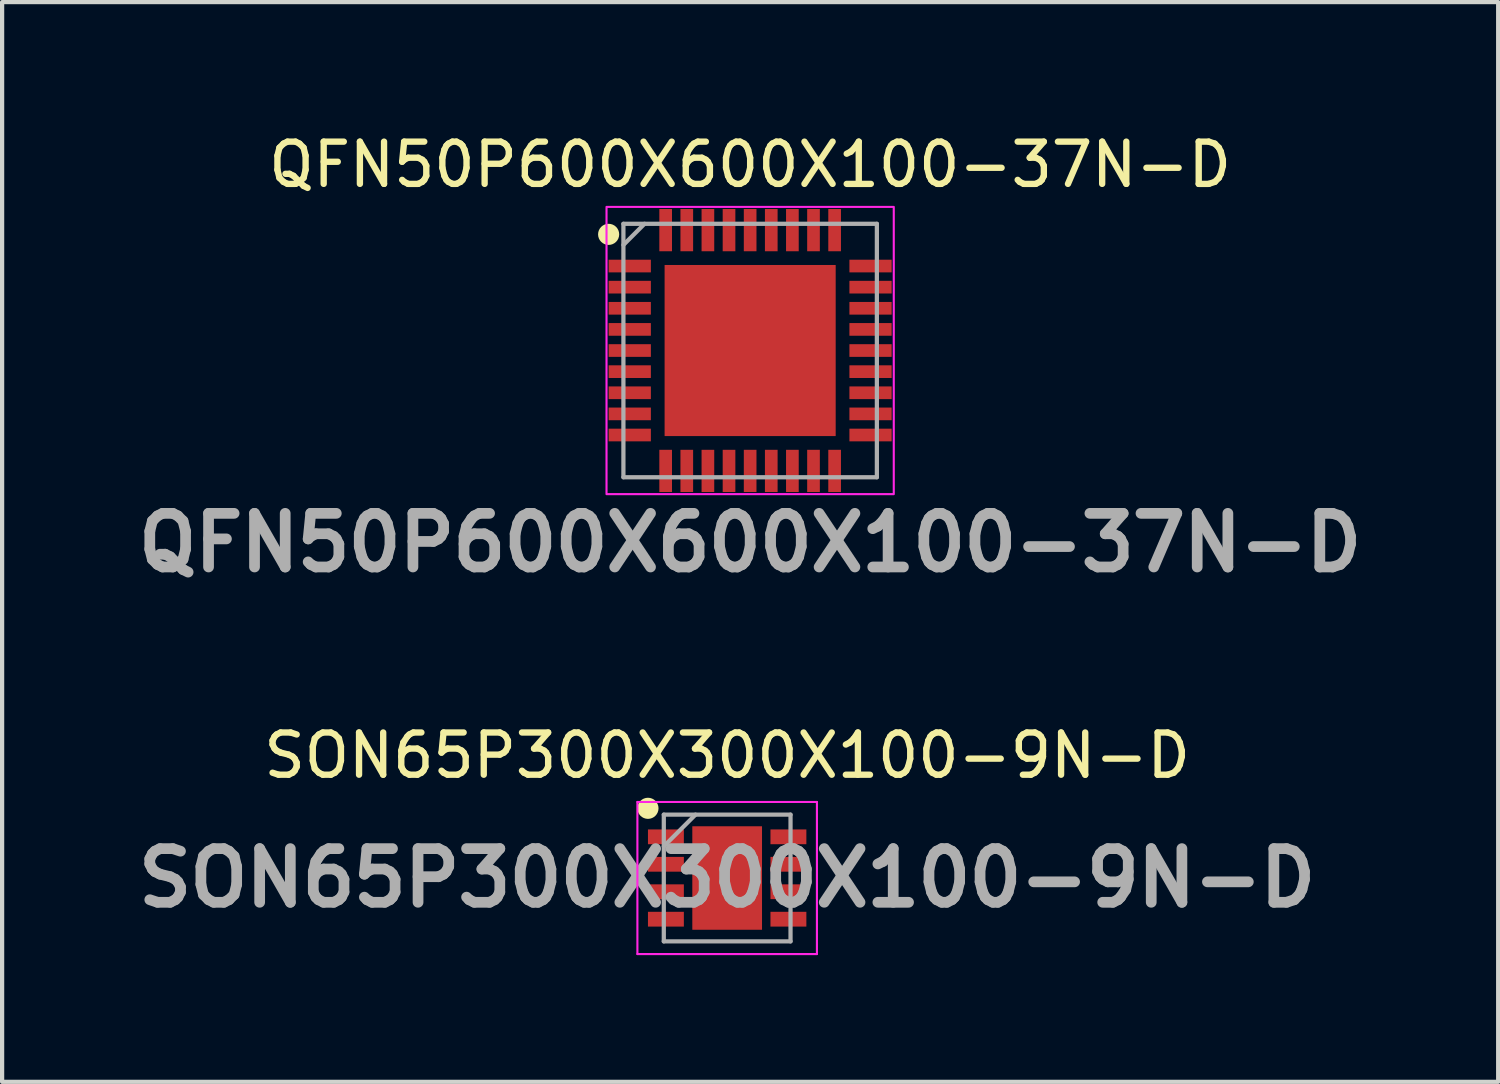
<source format=kicad_pcb>
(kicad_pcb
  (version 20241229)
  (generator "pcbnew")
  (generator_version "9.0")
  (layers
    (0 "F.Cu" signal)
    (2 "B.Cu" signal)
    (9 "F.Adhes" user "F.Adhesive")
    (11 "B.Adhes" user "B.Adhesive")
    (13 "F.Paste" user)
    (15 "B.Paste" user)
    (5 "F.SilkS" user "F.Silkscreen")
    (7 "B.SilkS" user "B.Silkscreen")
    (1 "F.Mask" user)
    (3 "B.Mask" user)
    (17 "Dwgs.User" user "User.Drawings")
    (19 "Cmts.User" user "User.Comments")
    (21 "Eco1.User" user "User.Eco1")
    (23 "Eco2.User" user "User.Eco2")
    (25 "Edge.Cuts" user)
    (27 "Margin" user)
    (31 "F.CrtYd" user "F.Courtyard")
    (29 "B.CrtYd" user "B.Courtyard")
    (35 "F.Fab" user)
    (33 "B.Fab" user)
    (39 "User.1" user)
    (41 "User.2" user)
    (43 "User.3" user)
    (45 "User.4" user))
  (footprint "SON65P300X300X100-9N-D"
    (layer "F.Cu")
    (at 14.164 17.735)
    (property "Reference" "SON65P300X300X100-9N-D" (at 0 -2.9 0) (layer "F.SilkS") (effects (font (size 1 1) (thickness 0.15))))
    (attr smd)
    (fp_circle (center -1.875 -1.65) (end -1.875 -1.525) (stroke (width 0.25) (type solid)) (fill no) (layer "F.SilkS"))
    (fp_line (start -2.125 -1.8) (end 2.125 -1.8) (stroke (width 0.05) (type solid)) (layer "F.CrtYd"))
    (fp_line (start -2.125 1.8) (end -2.125 -1.8) (stroke (width 0.05) (type solid)) (layer "F.CrtYd"))
    (fp_line (start 2.125 -1.8) (end 2.125 1.8) (stroke (width 0.05) (type solid)) (layer "F.CrtYd"))
    (fp_line (start 2.125 1.8) (end -2.125 1.8) (stroke (width 0.05) (type solid)) (layer "F.CrtYd"))
    (fp_line (start -1.5 -1.5) (end 1.5 -1.5) (stroke (width 0.1) (type solid)) (layer "F.Fab"))
    (fp_line (start -1.5 -0.75) (end -0.75 -1.5) (stroke (width 0.1) (type solid)) (layer "F.Fab"))
    (fp_line (start -1.5 1.5) (end -1.5 -1.5) (stroke (width 0.1) (type solid)) (layer "F.Fab"))
    (fp_line (start 1.5 -1.5) (end 1.5 1.5) (stroke (width 0.1) (type solid)) (layer "F.Fab"))
    (fp_line (start 1.5 1.5) (end -1.5 1.5) (stroke (width 0.1) (type solid)) (layer "F.Fab"))
    (fp_text user "${REFERENCE}" (at 0 0 0) (layer "F.Fab") (effects (font (size 1.27 1.27) (thickness 0.254))))
    (pad "1" smd rect (at -1.45 -0.975 90) (size 0.35 0.85) (layers "F.Cu" "F.Mask" "F.Paste"))
    (pad "2" smd rect (at -1.45 -0.325 90) (size 0.35 0.85) (layers "F.Cu" "F.Mask" "F.Paste"))
    (pad "3" smd rect (at -1.45 0.325 90) (size 0.35 0.85) (layers "F.Cu" "F.Mask" "F.Paste"))
    (pad "4" smd rect (at -1.45 0.975 90) (size 0.35 0.85) (layers "F.Cu" "F.Mask" "F.Paste"))
    (pad "5" smd rect (at 1.45 0.975 90) (size 0.35 0.85) (layers "F.Cu" "F.Mask" "F.Paste"))
    (pad "6" smd rect (at 1.45 0.325 90) (size 0.35 0.85) (layers "F.Cu" "F.Mask" "F.Paste"))
    (pad "7" smd rect (at 1.45 -0.325 90) (size 0.35 0.85) (layers "F.Cu" "F.Mask" "F.Paste"))
    (pad "8" smd rect (at 1.45 -0.975 90) (size 0.35 0.85) (layers "F.Cu" "F.Mask" "F.Paste"))
    (pad "9" smd rect (at 0 0) (size 1.65 2.45) (layers "F.Cu" "F.Mask" "F.Paste")))
  (footprint "QFN50P600X600X100-37N-D"
    (layer "F.Cu")
    (at 14.708 5.248)
    (property "Reference" "QFN50P600X600X100-37N-D" (at 0 -4.4 0) (layer "F.SilkS") (effects (font (size 1 1) (thickness 0.15))))
    (attr smd)
    (fp_circle (center -3.35 -2.75) (end -3.35 -2.625) (stroke (width 0.25) (type solid)) (fill no) (layer "F.SilkS"))
    (fp_rect (start -3.4 -3.4) (end 3.4 3.4) (stroke (width 0.05) (type solid)) (fill no) (layer "F.CrtYd"))
    (fp_line (start -3 -3) (end 3 -3) (stroke (width 0.1) (type solid)) (layer "F.Fab"))
    (fp_line (start -3 -2.5) (end -2.5 -3) (stroke (width 0.1) (type solid)) (layer "F.Fab"))
    (fp_line (start -3 3) (end -3 -3) (stroke (width 0.1) (type solid)) (layer "F.Fab"))
    (fp_line (start 3 -3) (end 3 3) (stroke (width 0.1) (type solid)) (layer "F.Fab"))
    (fp_line (start 3 3) (end -3 3) (stroke (width 0.1) (type solid)) (layer "F.Fab"))
    (fp_text user "${REFERENCE}" (at 0 4.55 0) (layer "F.Fab") (effects (font (size 1.27 1.27) (thickness 0.254))))
    (pad "1" smd rect (at -2.85 -2 90) (size 0.3 1) (layers "F.Cu" "F.Mask" "F.Paste"))
    (pad "2" smd rect (at -2.85 -1.5 90) (size 0.3 1) (layers "F.Cu" "F.Mask" "F.Paste"))
    (pad "3" smd rect (at -2.85 -1 90) (size 0.3 1) (layers "F.Cu" "F.Mask" "F.Paste"))
    (pad "4" smd rect (at -2.85 -0.5 90) (size 0.3 1) (layers "F.Cu" "F.Mask" "F.Paste"))
    (pad "5" smd rect (at -2.85 0 90) (size 0.3 1) (layers "F.Cu" "F.Mask" "F.Paste"))
    (pad "6" smd rect (at -2.85 0.5 90) (size 0.3 1) (layers "F.Cu" "F.Mask" "F.Paste"))
    (pad "7" smd rect (at -2.85 1 90) (size 0.3 1) (layers "F.Cu" "F.Mask" "F.Paste"))
    (pad "8" smd rect (at -2.85 1.5 90) (size 0.3 1) (layers "F.Cu" "F.Mask" "F.Paste"))
    (pad "9" smd rect (at -2.85 2 90) (size 0.3 1) (layers "F.Cu" "F.Mask" "F.Paste"))
    (pad "10" smd rect (at -2 2.85) (size 0.3 1) (layers "F.Cu" "F.Mask" "F.Paste"))
    (pad "11" smd rect (at -1.5 2.85) (size 0.3 1) (layers "F.Cu" "F.Mask" "F.Paste"))
    (pad "12" smd rect (at -1 2.85) (size 0.3 1) (layers "F.Cu" "F.Mask" "F.Paste"))
    (pad "13" smd rect (at -0.5 2.85) (size 0.3 1) (layers "F.Cu" "F.Mask" "F.Paste"))
    (pad "14" smd rect (at 0 2.85) (size 0.3 1) (layers "F.Cu" "F.Mask" "F.Paste"))
    (pad "15" smd rect (at 0.5 2.85) (size 0.3 1) (layers "F.Cu" "F.Mask" "F.Paste"))
    (pad "16" smd rect (at 1 2.85) (size 0.3 1) (layers "F.Cu" "F.Mask" "F.Paste"))
    (pad "17" smd rect (at 1.5 2.85) (size 0.3 1) (layers "F.Cu" "F.Mask" "F.Paste"))
    (pad "18" smd rect (at 2 2.85) (size 0.3 1) (layers "F.Cu" "F.Mask" "F.Paste"))
    (pad "19" smd rect (at 2.85 2 90) (size 0.3 1) (layers "F.Cu" "F.Mask" "F.Paste"))
    (pad "20" smd rect (at 2.85 1.5 90) (size 0.3 1) (layers "F.Cu" "F.Mask" "F.Paste"))
    (pad "21" smd rect (at 2.85 1 90) (size 0.3 1) (layers "F.Cu" "F.Mask" "F.Paste"))
    (pad "22" smd rect (at 2.85 0.5 90) (size 0.3 1) (layers "F.Cu" "F.Mask" "F.Paste"))
    (pad "23" smd rect (at 2.85 0 90) (size 0.3 1) (layers "F.Cu" "F.Mask" "F.Paste"))
    (pad "24" smd rect (at 2.85 -0.5 90) (size 0.3 1) (layers "F.Cu" "F.Mask" "F.Paste"))
    (pad "25" smd rect (at 2.85 -1 90) (size 0.3 1) (layers "F.Cu" "F.Mask" "F.Paste"))
    (pad "26" smd rect (at 2.85 -1.5 90) (size 0.3 1) (layers "F.Cu" "F.Mask" "F.Paste"))
    (pad "27" smd rect (at 2.85 -2 90) (size 0.3 1) (layers "F.Cu" "F.Mask" "F.Paste"))
    (pad "28" smd rect (at 2 -2.85) (size 0.3 1) (layers "F.Cu" "F.Mask" "F.Paste"))
    (pad "29" smd rect (at 1.5 -2.85) (size 0.3 1) (layers "F.Cu" "F.Mask" "F.Paste"))
    (pad "30" smd rect (at 1 -2.85) (size 0.3 1) (layers "F.Cu" "F.Mask" "F.Paste"))
    (pad "31" smd rect (at 0.5 -2.85) (size 0.3 1) (layers "F.Cu" "F.Mask" "F.Paste"))
    (pad "32" smd rect (at 0 -2.85) (size 0.3 1) (layers "F.Cu" "F.Mask" "F.Paste"))
    (pad "33" smd rect (at -0.5 -2.85) (size 0.3 1) (layers "F.Cu" "F.Mask" "F.Paste"))
    (pad "34" smd rect (at -1 -2.85) (size 0.3 1) (layers "F.Cu" "F.Mask" "F.Paste"))
    (pad "35" smd rect (at -1.5 -2.85) (size 0.3 1) (layers "F.Cu" "F.Mask" "F.Paste"))
    (pad "36" smd rect (at -2 -2.85) (size 0.3 1) (layers "F.Cu" "F.Mask" "F.Paste"))
    (pad "37" smd rect (at 0 0) (size 4.05 4.05) (layers "F.Cu" "F.Mask" "F.Paste")))
  (gr_rect
    (start -3 -3)
    (end 32.416 22.56)
    (stroke (width 0.1) (type default))
    (fill no)
    (layer "Edge.Cuts")))
</source>
